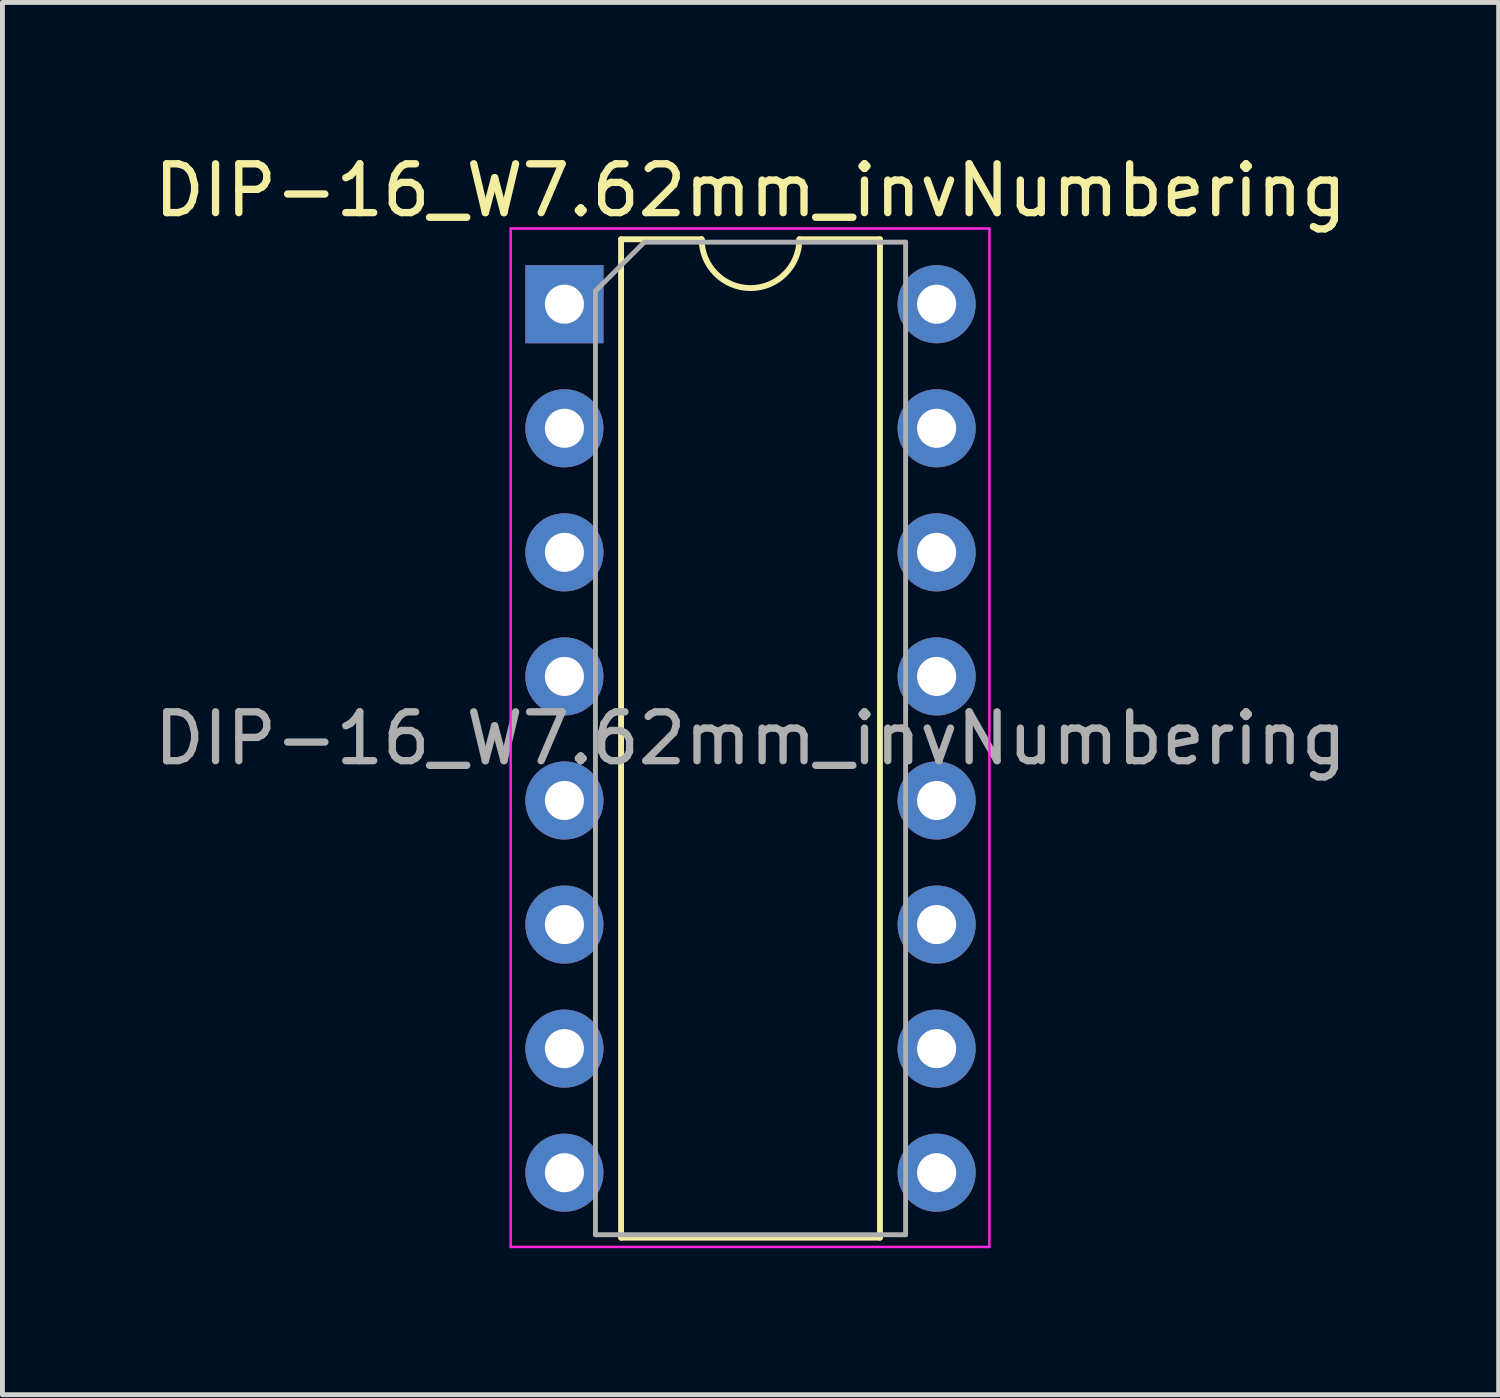
<source format=kicad_pcb>
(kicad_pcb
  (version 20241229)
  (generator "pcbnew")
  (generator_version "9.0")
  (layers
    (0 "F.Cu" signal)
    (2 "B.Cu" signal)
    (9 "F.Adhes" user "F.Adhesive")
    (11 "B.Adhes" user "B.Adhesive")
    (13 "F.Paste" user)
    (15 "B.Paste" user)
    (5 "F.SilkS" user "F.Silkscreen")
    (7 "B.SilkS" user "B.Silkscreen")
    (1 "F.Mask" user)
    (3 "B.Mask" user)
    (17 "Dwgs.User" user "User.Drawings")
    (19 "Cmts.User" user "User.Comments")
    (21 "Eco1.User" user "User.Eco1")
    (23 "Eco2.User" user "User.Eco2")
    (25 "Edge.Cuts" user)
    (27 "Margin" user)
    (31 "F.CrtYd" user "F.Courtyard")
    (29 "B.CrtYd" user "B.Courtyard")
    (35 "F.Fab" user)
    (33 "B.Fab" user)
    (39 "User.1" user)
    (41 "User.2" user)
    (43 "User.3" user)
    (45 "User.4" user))
  (footprint "DIP-16_W7.62mm_invNumbering"
    (layer "F.Cu")
    (at 8.505 3.178)
    (property "Reference" "DIP-16_W7.62mm_invNumbering" (at 3.81 -2.33 0) (layer "F.SilkS") (effects (font (size 1 1) (thickness 0.15))))
    (attr through_hole)
    (fp_line (start 1.16 -1.33) (end 1.16 19.11) (stroke (width 0.12) (type solid)) (layer "F.SilkS"))
    (fp_line (start 1.16 19.11) (end 6.46 19.11) (stroke (width 0.12) (type solid)) (layer "F.SilkS"))
    (fp_line (start 2.81 -1.33) (end 1.16 -1.33) (stroke (width 0.12) (type solid)) (layer "F.SilkS"))
    (fp_line (start 6.46 -1.33) (end 4.81 -1.33) (stroke (width 0.12) (type solid)) (layer "F.SilkS"))
    (fp_line (start 6.46 19.11) (end 6.46 -1.33) (stroke (width 0.12) (type solid)) (layer "F.SilkS"))
    (fp_arc (start 4.81 -1.33) (mid 3.81 -0.33) (end 2.81 -1.33) (stroke (width 0.12) (type solid)) (layer "F.SilkS"))
    (fp_line (start -1.1 -1.55) (end -1.1 19.3) (stroke (width 0.05) (type solid)) (layer "F.CrtYd"))
    (fp_line (start -1.1 19.3) (end 8.7 19.3) (stroke (width 0.05) (type solid)) (layer "F.CrtYd"))
    (fp_line (start 8.7 -1.55) (end -1.1 -1.55) (stroke (width 0.05) (type solid)) (layer "F.CrtYd"))
    (fp_line (start 8.7 19.3) (end 8.7 -1.55) (stroke (width 0.05) (type solid)) (layer "F.CrtYd"))
    (fp_line (start 0.635 -0.27) (end 1.635 -1.27) (stroke (width 0.1) (type solid)) (layer "F.Fab"))
    (fp_line (start 0.635 19.05) (end 0.635 -0.27) (stroke (width 0.1) (type solid)) (layer "F.Fab"))
    (fp_line (start 1.635 -1.27) (end 6.985 -1.27) (stroke (width 0.1) (type solid)) (layer "F.Fab"))
    (fp_line (start 6.985 -1.27) (end 6.985 19.05) (stroke (width 0.1) (type solid)) (layer "F.Fab"))
    (fp_line (start 6.985 19.05) (end 0.635 19.05) (stroke (width 0.1) (type solid)) (layer "F.Fab"))
    (fp_text user "${REFERENCE}" (at 3.81 8.89 0) (layer "F.Fab") (effects (font (size 1 1) (thickness 0.15))))
    (pad "1" thru_hole rect (at 0 0) (size 1.6 1.6) (drill 0.8) (layers "*.Cu" "*.Mask"))
    (pad "2" thru_hole oval (at 0 2.54) (size 1.6 1.6) (drill 0.8) (layers "*.Cu" "*.Mask"))
    (pad "3" thru_hole oval (at 0 5.08) (size 1.6 1.6) (drill 0.8) (layers "*.Cu" "*.Mask"))
    (pad "4" thru_hole oval (at 0 7.62) (size 1.6 1.6) (drill 0.8) (layers "*.Cu" "*.Mask"))
    (pad "5" thru_hole oval (at 0 10.16) (size 1.6 1.6) (drill 0.8) (layers "*.Cu" "*.Mask"))
    (pad "6" thru_hole oval (at 0 12.7) (size 1.6 1.6) (drill 0.8) (layers "*.Cu" "*.Mask"))
    (pad "7" thru_hole oval (at 0 15.24) (size 1.6 1.6) (drill 0.8) (layers "*.Cu" "*.Mask"))
    (pad "8" thru_hole oval (at 0 17.78) (size 1.6 1.6) (drill 0.8) (layers "*.Cu" "*.Mask"))
    (pad "9" thru_hole oval (at 7.62 0) (size 1.6 1.6) (drill 0.8) (layers "*.Cu" "*.Mask"))
    (pad "10" thru_hole oval (at 7.62 2.54) (size 1.6 1.6) (drill 0.8) (layers "*.Cu" "*.Mask"))
    (pad "11" thru_hole oval (at 7.62 5.08) (size 1.6 1.6) (drill 0.8) (layers "*.Cu" "*.Mask"))
    (pad "12" thru_hole oval (at 7.62 7.62) (size 1.6 1.6) (drill 0.8) (layers "*.Cu" "*.Mask"))
    (pad "13" thru_hole oval (at 7.62 10.16) (size 1.6 1.6) (drill 0.8) (layers "*.Cu" "*.Mask"))
    (pad "14" thru_hole oval (at 7.62 12.7) (size 1.6 1.6) (drill 0.8) (layers "*.Cu" "*.Mask"))
    (pad "15" thru_hole oval (at 7.62 15.24) (size 1.6 1.6) (drill 0.8) (layers "*.Cu" "*.Mask"))
    (pad "16" thru_hole oval (at 7.62 17.78) (size 1.6 1.6) (drill 0.8) (layers "*.Cu" "*.Mask")))
  (gr_rect
    (start -3 -3)
    (end 27.631 25.503)
    (stroke (width 0.1) (type default))
    (fill no)
    (layer "Edge.Cuts")))
</source>
